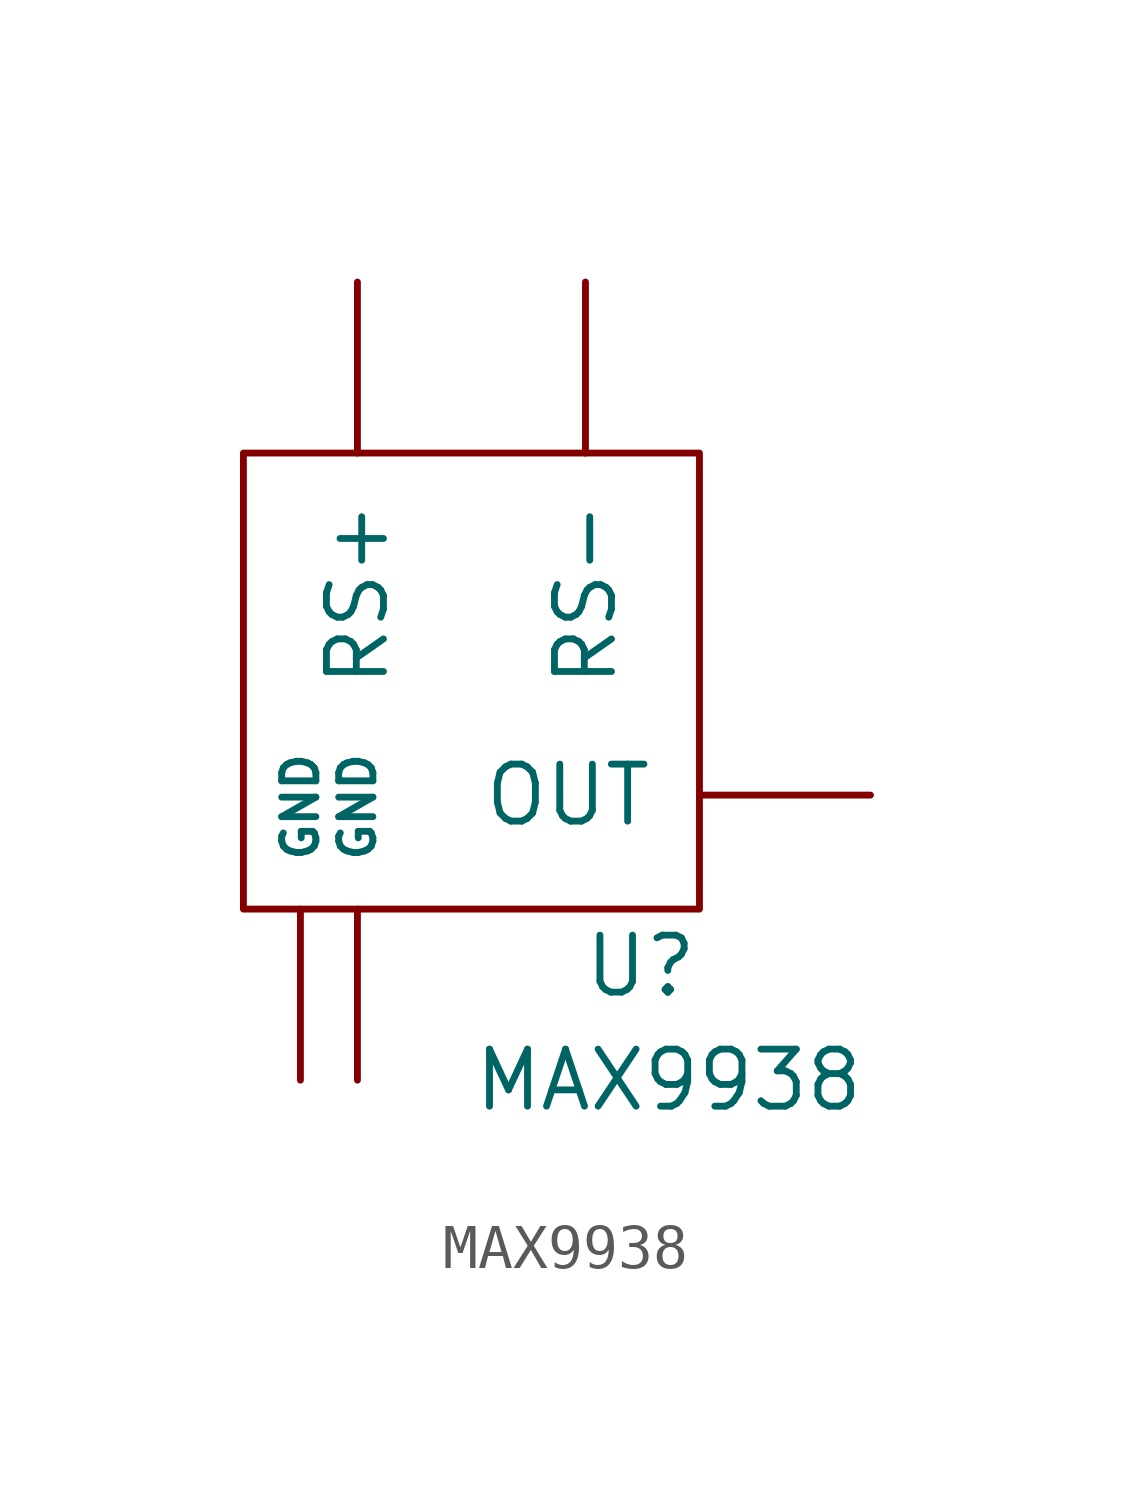
<source format=kicad_sym>
(kicad_symbol_lib
  (version 20211014)
  (generator kicad_symbol_editor)
  (symbol "MAX9938"
    (pin_numbers hide)
    (pin_names
      (offset 1.016))
    (property "Reference" "U"
      (at 10.16 -11.43 0)
      (effects (font (size 1.27 1.27)) (justify right)))
    (property "Value" "MAX9938"
      (at 5.08 -13.97 0)
      (effects (font (size 1.27 1.27)) (justify left)))
    (symbol "MAX9938_0_1"
      (rectangle (start 0 0) (end 10.16 -10.16) (stroke (width 0) (type default) (color 0 0 0 0)) (fill (type none))))
    (symbol "MAX9938_1_1"
      (pin power_in line (at 1.27 -13.97 90) (length 3.81) (name "GND" (effects (font (size 0.762 0.762)))) (number "1" (effects (font (size 0.762 0.762)))))
      (pin power_in line (at 2.54 -13.97 90) (length 3.81) (name "GND" (effects (font (size 0.762 0.762)))) (number "2" (effects (font (size 0.762 0.762)))))
      (pin passive line (at 13.97 -7.62 180) (length 3.81) (name "OUT" (effects (font (size 1.27 1.27)))) (number "3" (effects (font (size 0.762 0.762)))))
      (pin passive line (at 7.62 3.81 270) (length 3.81) (name "RS-" (effects (font (size 1.27 1.27)))) (number "4" (effects (font (size 0.762 0.762)))))
      (pin passive line (at 2.54 3.81 270) (length 3.81) (name "RS+" (effects (font (size 1.27 1.27)))) (number "5" (effects (font (size 0.762 0.762))))))))
</source>
